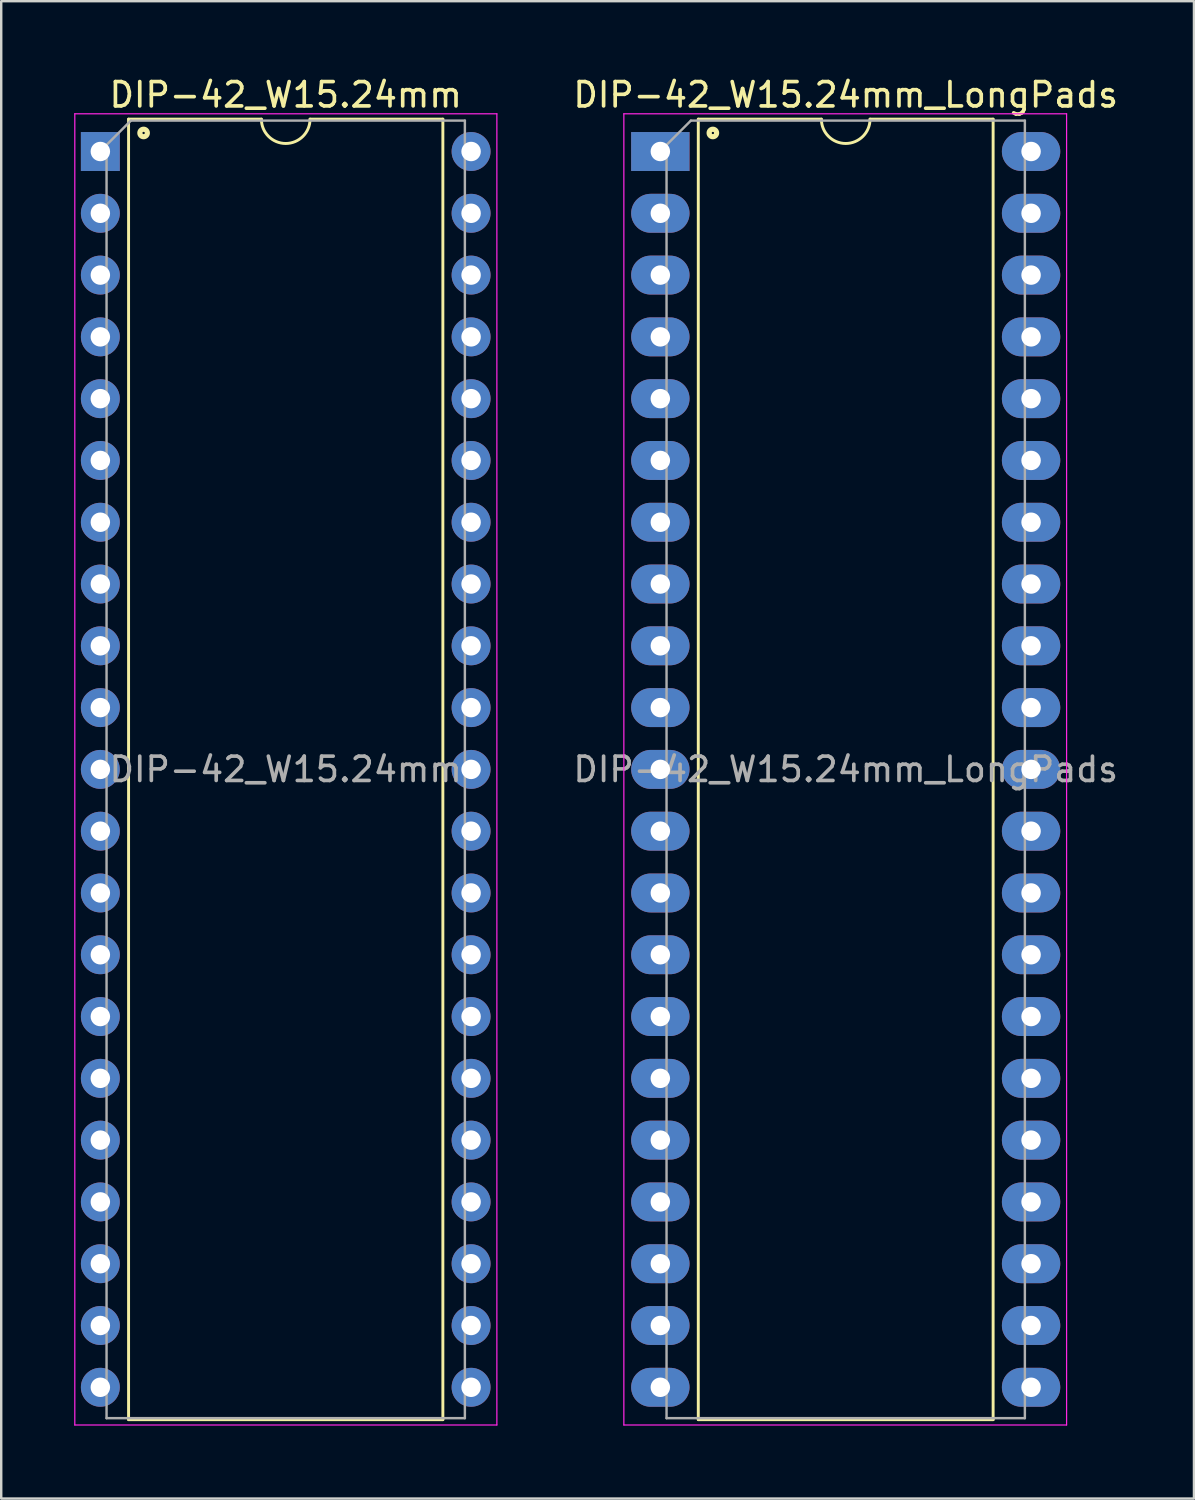
<source format=kicad_pcb>
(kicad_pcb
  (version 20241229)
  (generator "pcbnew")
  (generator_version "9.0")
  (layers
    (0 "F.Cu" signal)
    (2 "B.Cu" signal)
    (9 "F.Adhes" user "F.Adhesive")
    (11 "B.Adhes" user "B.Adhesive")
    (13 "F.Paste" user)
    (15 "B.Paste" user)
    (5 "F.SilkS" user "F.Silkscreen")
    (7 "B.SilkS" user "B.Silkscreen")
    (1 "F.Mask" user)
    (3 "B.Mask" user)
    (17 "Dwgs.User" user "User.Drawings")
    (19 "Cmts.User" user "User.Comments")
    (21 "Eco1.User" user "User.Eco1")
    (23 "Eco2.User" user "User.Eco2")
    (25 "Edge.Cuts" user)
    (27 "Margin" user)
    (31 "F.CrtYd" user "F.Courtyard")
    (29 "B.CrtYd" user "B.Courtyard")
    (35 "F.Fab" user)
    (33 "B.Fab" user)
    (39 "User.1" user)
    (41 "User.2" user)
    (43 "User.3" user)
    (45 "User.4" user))
  (footprint "DIP-42_W15.24mm_LongPads"
    (layer "F.Cu")
    (at 24.095 3.178)
    (property "Reference" "DIP-42_W15.24mm_LongPads" (at 7.62 -2.33 0) (layer "F.SilkS") (effects (font (size 1 1) (thickness 0.15))))
    (attr through_hole)
    (fp_line (start 1.56 -1.33) (end 1.56 52.13) (stroke (width 0.12) (type solid)) (layer "F.SilkS"))
    (fp_line (start 1.56 52.13) (end 13.68 52.13) (stroke (width 0.12) (type solid)) (layer "F.SilkS"))
    (fp_line (start 6.62 -1.33) (end 1.56 -1.33) (stroke (width 0.12) (type solid)) (layer "F.SilkS"))
    (fp_line (start 13.68 -1.33) (end 8.62 -1.33) (stroke (width 0.12) (type solid)) (layer "F.SilkS"))
    (fp_line (start 13.68 52.13) (end 13.68 -1.33) (stroke (width 0.12) (type solid)) (layer "F.SilkS"))
    (fp_arc (start 8.62 -1.33) (mid 7.62 -0.33) (end 6.62 -1.33) (stroke (width 0.12) (type solid)) (layer "F.SilkS"))
    (fp_circle (center 2.159 -0.762) (end 2.209 -0.762) (stroke (width 0.12) (type solid)) (fill no) (layer "F.SilkS"))
    (fp_circle (center 2.159 -0.762) (end 2.284 -0.762) (stroke (width 0.12) (type solid)) (fill no) (layer "F.SilkS"))
    (fp_circle (center 2.159 -0.762) (end 2.359 -0.762) (stroke (width 0.12) (type solid)) (fill no) (layer "F.SilkS"))
    (fp_line (start -1.5 -1.55) (end -1.5 52.35) (stroke (width 0.05) (type solid)) (layer "F.CrtYd"))
    (fp_line (start -1.5 52.35) (end 16.7 52.35) (stroke (width 0.05) (type solid)) (layer "F.CrtYd"))
    (fp_line (start 16.7 -1.55) (end -1.5 -1.55) (stroke (width 0.05) (type solid)) (layer "F.CrtYd"))
    (fp_line (start 16.7 52.35) (end 16.7 -1.55) (stroke (width 0.05) (type solid)) (layer "F.CrtYd"))
    (fp_line (start 0.255 -0.27) (end 1.255 -1.27) (stroke (width 0.1) (type solid)) (layer "F.Fab"))
    (fp_line (start 0.255 52.07) (end 0.255 -0.27) (stroke (width 0.1) (type solid)) (layer "F.Fab"))
    (fp_line (start 1.255 -1.27) (end 14.985 -1.27) (stroke (width 0.1) (type solid)) (layer "F.Fab"))
    (fp_line (start 14.985 -1.27) (end 14.985 52.07) (stroke (width 0.1) (type solid)) (layer "F.Fab"))
    (fp_line (start 14.985 52.07) (end 0.255 52.07) (stroke (width 0.1) (type solid)) (layer "F.Fab"))
    (fp_text user "${REFERENCE}" (at 7.62 25.4 0) (layer "F.Fab") (effects (font (size 1 1) (thickness 0.15))))
    (pad "1" thru_hole rect (at 0 0) (size 2.4 1.6) (drill 0.8) (layers "*.Cu" "*.Mask"))
    (pad "2" thru_hole oval (at 0 2.54) (size 2.4 1.6) (drill 0.8) (layers "*.Cu" "*.Mask"))
    (pad "3" thru_hole oval (at 0 5.08) (size 2.4 1.6) (drill 0.8) (layers "*.Cu" "*.Mask"))
    (pad "4" thru_hole oval (at 0 7.62) (size 2.4 1.6) (drill 0.8) (layers "*.Cu" "*.Mask"))
    (pad "5" thru_hole oval (at 0 10.16) (size 2.4 1.6) (drill 0.8) (layers "*.Cu" "*.Mask"))
    (pad "6" thru_hole oval (at 0 12.7) (size 2.4 1.6) (drill 0.8) (layers "*.Cu" "*.Mask"))
    (pad "7" thru_hole oval (at 0 15.24) (size 2.4 1.6) (drill 0.8) (layers "*.Cu" "*.Mask"))
    (pad "8" thru_hole oval (at 0 17.78) (size 2.4 1.6) (drill 0.8) (layers "*.Cu" "*.Mask"))
    (pad "9" thru_hole oval (at 0 20.32) (size 2.4 1.6) (drill 0.8) (layers "*.Cu" "*.Mask"))
    (pad "10" thru_hole oval (at 0 22.86) (size 2.4 1.6) (drill 0.8) (layers "*.Cu" "*.Mask"))
    (pad "11" thru_hole oval (at 0 25.4) (size 2.4 1.6) (drill 0.8) (layers "*.Cu" "*.Mask"))
    (pad "12" thru_hole oval (at 0 27.94) (size 2.4 1.6) (drill 0.8) (layers "*.Cu" "*.Mask"))
    (pad "13" thru_hole oval (at 0 30.48) (size 2.4 1.6) (drill 0.8) (layers "*.Cu" "*.Mask"))
    (pad "14" thru_hole oval (at 0 33.02) (size 2.4 1.6) (drill 0.8) (layers "*.Cu" "*.Mask"))
    (pad "15" thru_hole oval (at 0 35.56) (size 2.4 1.6) (drill 0.8) (layers "*.Cu" "*.Mask"))
    (pad "16" thru_hole oval (at 0 38.1) (size 2.4 1.6) (drill 0.8) (layers "*.Cu" "*.Mask"))
    (pad "17" thru_hole oval (at 0 40.64) (size 2.4 1.6) (drill 0.8) (layers "*.Cu" "*.Mask"))
    (pad "18" thru_hole oval (at 0 43.18) (size 2.4 1.6) (drill 0.8) (layers "*.Cu" "*.Mask"))
    (pad "19" thru_hole oval (at 0 45.72) (size 2.4 1.6) (drill 0.8) (layers "*.Cu" "*.Mask"))
    (pad "20" thru_hole oval (at 0 48.26) (size 2.4 1.6) (drill 0.8) (layers "*.Cu" "*.Mask"))
    (pad "21" thru_hole oval (at 0 50.8) (size 2.4 1.6) (drill 0.8) (layers "*.Cu" "*.Mask"))
    (pad "22" thru_hole oval (at 15.24 50.8) (size 2.4 1.6) (drill 0.8) (layers "*.Cu" "*.Mask"))
    (pad "23" thru_hole oval (at 15.24 48.26) (size 2.4 1.6) (drill 0.8) (layers "*.Cu" "*.Mask"))
    (pad "24" thru_hole oval (at 15.24 45.72) (size 2.4 1.6) (drill 0.8) (layers "*.Cu" "*.Mask"))
    (pad "25" thru_hole oval (at 15.24 43.18) (size 2.4 1.6) (drill 0.8) (layers "*.Cu" "*.Mask"))
    (pad "26" thru_hole oval (at 15.24 40.64) (size 2.4 1.6) (drill 0.8) (layers "*.Cu" "*.Mask"))
    (pad "27" thru_hole oval (at 15.24 38.1) (size 2.4 1.6) (drill 0.8) (layers "*.Cu" "*.Mask"))
    (pad "28" thru_hole oval (at 15.24 35.56) (size 2.4 1.6) (drill 0.8) (layers "*.Cu" "*.Mask"))
    (pad "29" thru_hole oval (at 15.24 33.02) (size 2.4 1.6) (drill 0.8) (layers "*.Cu" "*.Mask"))
    (pad "30" thru_hole oval (at 15.24 30.48) (size 2.4 1.6) (drill 0.8) (layers "*.Cu" "*.Mask"))
    (pad "31" thru_hole oval (at 15.24 27.94) (size 2.4 1.6) (drill 0.8) (layers "*.Cu" "*.Mask"))
    (pad "32" thru_hole oval (at 15.24 25.4) (size 2.4 1.6) (drill 0.8) (layers "*.Cu" "*.Mask"))
    (pad "33" thru_hole oval (at 15.24 22.86) (size 2.4 1.6) (drill 0.8) (layers "*.Cu" "*.Mask"))
    (pad "34" thru_hole oval (at 15.24 20.32) (size 2.4 1.6) (drill 0.8) (layers "*.Cu" "*.Mask"))
    (pad "35" thru_hole oval (at 15.24 17.78) (size 2.4 1.6) (drill 0.8) (layers "*.Cu" "*.Mask"))
    (pad "36" thru_hole oval (at 15.24 15.24) (size 2.4 1.6) (drill 0.8) (layers "*.Cu" "*.Mask"))
    (pad "37" thru_hole oval (at 15.24 12.7) (size 2.4 1.6) (drill 0.8) (layers "*.Cu" "*.Mask"))
    (pad "38" thru_hole oval (at 15.24 10.16) (size 2.4 1.6) (drill 0.8) (layers "*.Cu" "*.Mask"))
    (pad "39" thru_hole oval (at 15.24 7.62) (size 2.4 1.6) (drill 0.8) (layers "*.Cu" "*.Mask"))
    (pad "40" thru_hole oval (at 15.24 5.08) (size 2.4 1.6) (drill 0.8) (layers "*.Cu" "*.Mask"))
    (pad "41" thru_hole oval (at 15.24 2.54) (size 2.4 1.6) (drill 0.8) (layers "*.Cu" "*.Mask"))
    (pad "42" thru_hole oval (at 15.24 0) (size 2.4 1.6) (drill 0.8) (layers "*.Cu" "*.Mask")))
  (footprint "DIP-42_W15.24mm"
    (layer "F.Cu")
    (at 1.075 3.178)
    (property "Reference" "DIP-42_W15.24mm" (at 7.62 -2.33 0) (layer "F.SilkS") (effects (font (size 1 1) (thickness 0.15))))
    (attr through_hole)
    (fp_line (start 1.16 -1.33) (end 1.16 52.13) (stroke (width 0.12) (type solid)) (layer "F.SilkS"))
    (fp_line (start 1.16 52.13) (end 14.08 52.13) (stroke (width 0.12) (type solid)) (layer "F.SilkS"))
    (fp_line (start 6.62 -1.33) (end 1.16 -1.33) (stroke (width 0.12) (type solid)) (layer "F.SilkS"))
    (fp_line (start 14.08 -1.33) (end 8.62 -1.33) (stroke (width 0.12) (type solid)) (layer "F.SilkS"))
    (fp_line (start 14.08 52.13) (end 14.08 -1.33) (stroke (width 0.12) (type solid)) (layer "F.SilkS"))
    (fp_arc (start 8.62 -1.33) (mid 7.62 -0.33) (end 6.62 -1.33) (stroke (width 0.12) (type solid)) (layer "F.SilkS"))
    (fp_circle (center 1.778 -0.762) (end 1.828 -0.762) (stroke (width 0.12) (type solid)) (fill no) (layer "F.SilkS"))
    (fp_circle (center 1.778 -0.762) (end 1.903 -0.762) (stroke (width 0.12) (type solid)) (fill no) (layer "F.SilkS"))
    (fp_circle (center 1.778 -0.762) (end 1.978 -0.762) (stroke (width 0.12) (type solid)) (fill no) (layer "F.SilkS"))
    (fp_line (start -1.05 -1.55) (end -1.05 52.35) (stroke (width 0.05) (type solid)) (layer "F.CrtYd"))
    (fp_line (start -1.05 52.35) (end 16.3 52.35) (stroke (width 0.05) (type solid)) (layer "F.CrtYd"))
    (fp_line (start 16.3 -1.55) (end -1.05 -1.55) (stroke (width 0.05) (type solid)) (layer "F.CrtYd"))
    (fp_line (start 16.3 52.35) (end 16.3 -1.55) (stroke (width 0.05) (type solid)) (layer "F.CrtYd"))
    (fp_line (start 0.255 -0.27) (end 1.255 -1.27) (stroke (width 0.1) (type solid)) (layer "F.Fab"))
    (fp_line (start 0.255 52.07) (end 0.255 -0.27) (stroke (width 0.1) (type solid)) (layer "F.Fab"))
    (fp_line (start 1.255 -1.27) (end 14.985 -1.27) (stroke (width 0.1) (type solid)) (layer "F.Fab"))
    (fp_line (start 14.985 -1.27) (end 14.985 52.07) (stroke (width 0.1) (type solid)) (layer "F.Fab"))
    (fp_line (start 14.985 52.07) (end 0.255 52.07) (stroke (width 0.1) (type solid)) (layer "F.Fab"))
    (fp_text user "${REFERENCE}" (at 7.62 25.4 0) (layer "F.Fab") (effects (font (size 1 1) (thickness 0.15))))
    (pad "1" thru_hole rect (at 0 0) (size 1.6 1.6) (drill 0.8) (layers "*.Cu" "*.Mask"))
    (pad "2" thru_hole oval (at 0 2.54) (size 1.6 1.6) (drill 0.8) (layers "*.Cu" "*.Mask"))
    (pad "3" thru_hole oval (at 0 5.08) (size 1.6 1.6) (drill 0.8) (layers "*.Cu" "*.Mask"))
    (pad "4" thru_hole oval (at 0 7.62) (size 1.6 1.6) (drill 0.8) (layers "*.Cu" "*.Mask"))
    (pad "5" thru_hole oval (at 0 10.16) (size 1.6 1.6) (drill 0.8) (layers "*.Cu" "*.Mask"))
    (pad "6" thru_hole oval (at 0 12.7) (size 1.6 1.6) (drill 0.8) (layers "*.Cu" "*.Mask"))
    (pad "7" thru_hole oval (at 0 15.24) (size 1.6 1.6) (drill 0.8) (layers "*.Cu" "*.Mask"))
    (pad "8" thru_hole oval (at 0 17.78) (size 1.6 1.6) (drill 0.8) (layers "*.Cu" "*.Mask"))
    (pad "9" thru_hole oval (at 0 20.32) (size 1.6 1.6) (drill 0.8) (layers "*.Cu" "*.Mask"))
    (pad "10" thru_hole oval (at 0 22.86) (size 1.6 1.6) (drill 0.8) (layers "*.Cu" "*.Mask"))
    (pad "11" thru_hole oval (at 0 25.4) (size 1.6 1.6) (drill 0.8) (layers "*.Cu" "*.Mask"))
    (pad "12" thru_hole oval (at 0 27.94) (size 1.6 1.6) (drill 0.8) (layers "*.Cu" "*.Mask"))
    (pad "13" thru_hole oval (at 0 30.48) (size 1.6 1.6) (drill 0.8) (layers "*.Cu" "*.Mask"))
    (pad "14" thru_hole oval (at 0 33.02) (size 1.6 1.6) (drill 0.8) (layers "*.Cu" "*.Mask"))
    (pad "15" thru_hole oval (at 0 35.56) (size 1.6 1.6) (drill 0.8) (layers "*.Cu" "*.Mask"))
    (pad "16" thru_hole oval (at 0 38.1) (size 1.6 1.6) (drill 0.8) (layers "*.Cu" "*.Mask"))
    (pad "17" thru_hole oval (at 0 40.64) (size 1.6 1.6) (drill 0.8) (layers "*.Cu" "*.Mask"))
    (pad "18" thru_hole oval (at 0 43.18) (size 1.6 1.6) (drill 0.8) (layers "*.Cu" "*.Mask"))
    (pad "19" thru_hole oval (at 0 45.72) (size 1.6 1.6) (drill 0.8) (layers "*.Cu" "*.Mask"))
    (pad "20" thru_hole oval (at 0 48.26) (size 1.6 1.6) (drill 0.8) (layers "*.Cu" "*.Mask"))
    (pad "21" thru_hole oval (at 0 50.8) (size 1.6 1.6) (drill 0.8) (layers "*.Cu" "*.Mask"))
    (pad "22" thru_hole oval (at 15.24 50.8) (size 1.6 1.6) (drill 0.8) (layers "*.Cu" "*.Mask"))
    (pad "23" thru_hole oval (at 15.24 48.26) (size 1.6 1.6) (drill 0.8) (layers "*.Cu" "*.Mask"))
    (pad "24" thru_hole oval (at 15.24 45.72) (size 1.6 1.6) (drill 0.8) (layers "*.Cu" "*.Mask"))
    (pad "25" thru_hole oval (at 15.24 43.18) (size 1.6 1.6) (drill 0.8) (layers "*.Cu" "*.Mask"))
    (pad "26" thru_hole oval (at 15.24 40.64) (size 1.6 1.6) (drill 0.8) (layers "*.Cu" "*.Mask"))
    (pad "27" thru_hole oval (at 15.24 38.1) (size 1.6 1.6) (drill 0.8) (layers "*.Cu" "*.Mask"))
    (pad "28" thru_hole oval (at 15.24 35.56) (size 1.6 1.6) (drill 0.8) (layers "*.Cu" "*.Mask"))
    (pad "29" thru_hole oval (at 15.24 33.02) (size 1.6 1.6) (drill 0.8) (layers "*.Cu" "*.Mask"))
    (pad "30" thru_hole oval (at 15.24 30.48) (size 1.6 1.6) (drill 0.8) (layers "*.Cu" "*.Mask"))
    (pad "31" thru_hole oval (at 15.24 27.94) (size 1.6 1.6) (drill 0.8) (layers "*.Cu" "*.Mask"))
    (pad "32" thru_hole oval (at 15.24 25.4) (size 1.6 1.6) (drill 0.8) (layers "*.Cu" "*.Mask"))
    (pad "33" thru_hole oval (at 15.24 22.86) (size 1.6 1.6) (drill 0.8) (layers "*.Cu" "*.Mask"))
    (pad "34" thru_hole oval (at 15.24 20.32) (size 1.6 1.6) (drill 0.8) (layers "*.Cu" "*.Mask"))
    (pad "35" thru_hole oval (at 15.24 17.78) (size 1.6 1.6) (drill 0.8) (layers "*.Cu" "*.Mask"))
    (pad "36" thru_hole oval (at 15.24 15.24) (size 1.6 1.6) (drill 0.8) (layers "*.Cu" "*.Mask"))
    (pad "37" thru_hole oval (at 15.24 12.7) (size 1.6 1.6) (drill 0.8) (layers "*.Cu" "*.Mask"))
    (pad "38" thru_hole oval (at 15.24 10.16) (size 1.6 1.6) (drill 0.8) (layers "*.Cu" "*.Mask"))
    (pad "39" thru_hole oval (at 15.24 7.62) (size 1.6 1.6) (drill 0.8) (layers "*.Cu" "*.Mask"))
    (pad "40" thru_hole oval (at 15.24 5.08) (size 1.6 1.6) (drill 0.8) (layers "*.Cu" "*.Mask"))
    (pad "41" thru_hole oval (at 15.24 2.54) (size 1.6 1.6) (drill 0.8) (layers "*.Cu" "*.Mask"))
    (pad "42" thru_hole oval (at 15.24 0) (size 1.6 1.6) (drill 0.8) (layers "*.Cu" "*.Mask")))
  (gr_rect
    (start -3 -3)
    (end 46.031 58.553)
    (stroke (width 0.1) (type default))
    (fill no)
    (layer "Edge.Cuts")))
</source>
